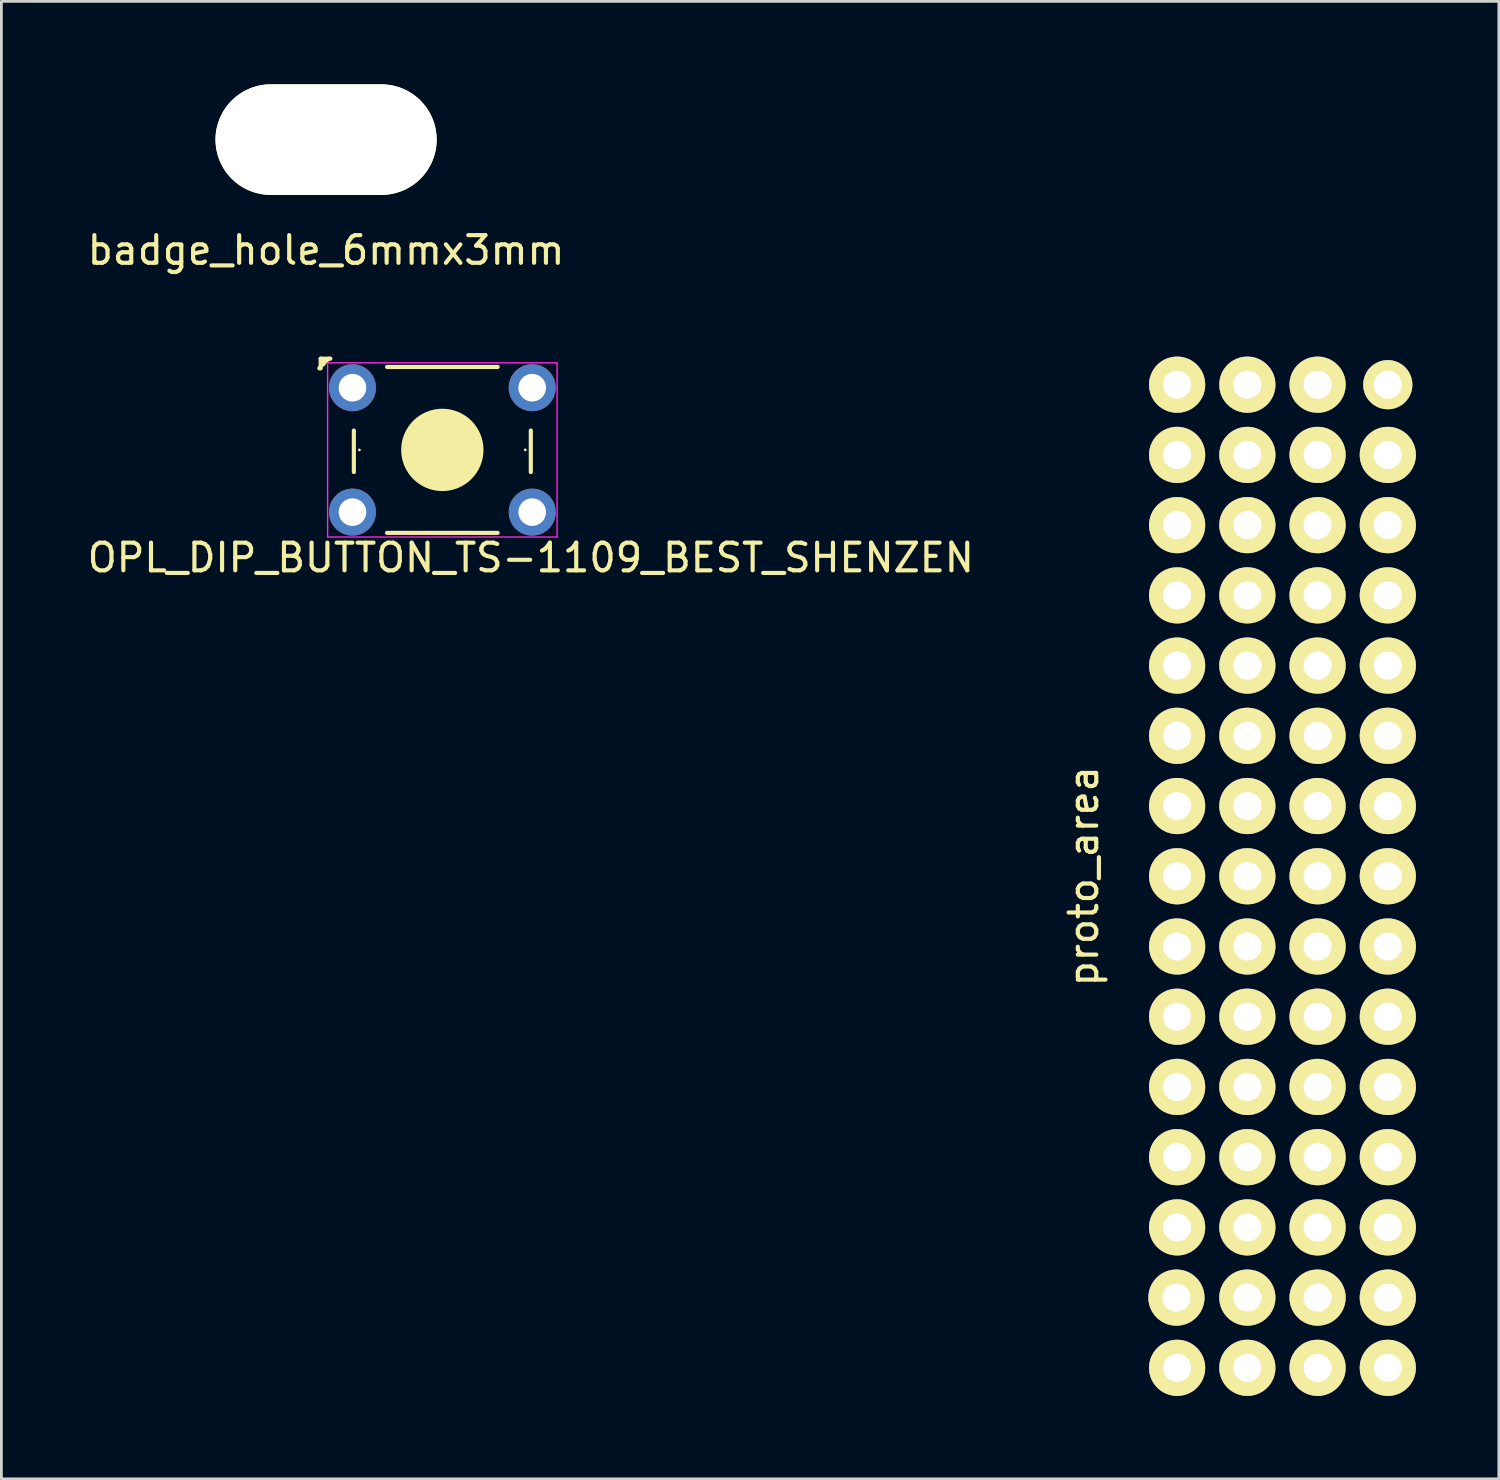
<source format=kicad_pcb>
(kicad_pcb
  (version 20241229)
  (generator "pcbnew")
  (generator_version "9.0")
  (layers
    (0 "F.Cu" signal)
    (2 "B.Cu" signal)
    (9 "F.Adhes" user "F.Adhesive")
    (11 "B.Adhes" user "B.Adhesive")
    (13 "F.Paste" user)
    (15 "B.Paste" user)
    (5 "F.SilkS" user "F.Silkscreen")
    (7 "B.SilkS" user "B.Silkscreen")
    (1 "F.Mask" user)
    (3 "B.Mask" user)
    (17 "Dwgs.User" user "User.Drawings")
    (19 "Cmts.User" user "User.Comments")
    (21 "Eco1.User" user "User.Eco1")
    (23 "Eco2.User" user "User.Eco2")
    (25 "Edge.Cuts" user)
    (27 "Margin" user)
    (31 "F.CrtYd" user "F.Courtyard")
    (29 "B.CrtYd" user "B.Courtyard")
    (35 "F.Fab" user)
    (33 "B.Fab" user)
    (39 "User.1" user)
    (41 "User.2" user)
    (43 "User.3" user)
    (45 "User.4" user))
  (footprint "badge_hole_6mmx3mm"
    (layer "F.Cu")
    (at 8.744 2)
    (property "Reference" "badge_hole_6mmx3mm" (at 0 4 0) (layer "F.SilkS") (effects (font (size 1 1) (thickness 0.15))))
    (attr through_hole)
    (pad "" np_thru_hole oval (at 0 0) (size 8 4) (drill oval 8 4) (layers "*.Cu" "*.Mask" "F.SilkS")))
  (footprint "proto_area"
    (layer "F.Cu")
    (at 47.146 28.644)
    (property "Reference" "proto_area" (at -11 0 270) (layer "F.SilkS") (effects (font (size 1 1) (thickness 0.15))))
    (attr through_hole)
    (pad "1" thru_hole circle (at 0 -17.78) (size 1.778 1.778) (drill 1.016) (layers "*.Cu" "*.Mask" "F.SilkS"))
    (pad "2" thru_hole circle (at 0 -15.24) (size 2.032 2.032) (drill 1.016) (layers "*.Cu" "*.Mask" "F.SilkS"))
    (pad "3" thru_hole circle (at 0 -12.7) (size 2.032 2.032) (drill 1.016) (layers "*.Cu" "*.Mask" "F.SilkS"))
    (pad "4" thru_hole circle (at 0 -10.16) (size 2.032 2.032) (drill 1.016) (layers "*.Cu" "*.Mask" "F.SilkS"))
    (pad "5" thru_hole circle (at 0 -7.62) (size 2.032 2.032) (drill 1.016) (layers "*.Cu" "*.Mask" "F.SilkS"))
    (pad "6" thru_hole circle (at 0 -5.08) (size 2.032 2.032) (drill 1.016) (layers "*.Cu" "*.Mask" "F.SilkS"))
    (pad "7" thru_hole circle (at 0 -2.54) (size 2.032 2.032) (drill 1.016) (layers "*.Cu" "*.Mask" "F.SilkS"))
    (pad "8" thru_hole circle (at 0 0) (size 2.032 2.032) (drill 1.016) (layers "*.Cu" "*.Mask" "F.SilkS"))
    (pad "9" thru_hole circle (at 0 2.54) (size 2.032 2.032) (drill 1.016) (layers "*.Cu" "*.Mask" "F.SilkS"))
    (pad "10" thru_hole circle (at 0 5.08) (size 2.032 2.032) (drill 1.016) (layers "*.Cu" "*.Mask" "F.SilkS"))
    (pad "11" thru_hole circle (at 0 7.62) (size 2.032 2.032) (drill 1.016) (layers "*.Cu" "*.Mask" "F.SilkS"))
    (pad "12" thru_hole circle (at 0 10.16) (size 2.032 2.032) (drill 1.016) (layers "*.Cu" "*.Mask" "F.SilkS"))
    (pad "13" thru_hole circle (at 0 12.7) (size 2.032 2.032) (drill 1.016) (layers "*.Cu" "*.Mask" "F.SilkS"))
    (pad "14" thru_hole circle (at 0 15.24) (size 2.032 2.032) (drill 1.016) (layers "*.Cu" "*.Mask" "F.SilkS"))
    (pad "15" thru_hole circle (at 0 17.78) (size 2.032 2.032) (drill 1.016) (layers "*.Cu" "*.Mask" "F.SilkS"))
    (pad "16" thru_hole circle (at -2.54 -17.78) (size 2.032 2.032) (drill 1.016) (layers "*.Cu" "*.Mask" "F.SilkS"))
    (pad "17" thru_hole circle (at -2.54 -15.24) (size 2.032 2.032) (drill 1.016) (layers "*.Cu" "*.Mask" "F.SilkS"))
    (pad "18" thru_hole circle (at -2.54 -12.7) (size 2.032 2.032) (drill 1.016) (layers "*.Cu" "*.Mask" "F.SilkS"))
    (pad "19" thru_hole circle (at -2.54 -10.16) (size 2.032 2.032) (drill 1.016) (layers "*.Cu" "*.Mask" "F.SilkS"))
    (pad "20" thru_hole circle (at -2.54 -7.62) (size 2.032 2.032) (drill 1.016) (layers "*.Cu" "*.Mask" "F.SilkS"))
    (pad "21" thru_hole circle (at -2.54 -5.08) (size 2.032 2.032) (drill 1.016) (layers "*.Cu" "*.Mask" "F.SilkS"))
    (pad "22" thru_hole circle (at -2.54 -2.54) (size 2.032 2.032) (drill 1.016) (layers "*.Cu" "*.Mask" "F.SilkS"))
    (pad "23" thru_hole circle (at -2.54 0) (size 2.032 2.032) (drill 1.016) (layers "*.Cu" "*.Mask" "F.SilkS"))
    (pad "24" thru_hole circle (at -2.54 2.54) (size 2.032 2.032) (drill 1.016) (layers "*.Cu" "*.Mask" "F.SilkS"))
    (pad "25" thru_hole circle (at -2.54 5.08) (size 2.032 2.032) (drill 1.016) (layers "*.Cu" "*.Mask" "F.SilkS"))
    (pad "26" thru_hole circle (at -2.54 7.62) (size 2.032 2.032) (drill 1.016) (layers "*.Cu" "*.Mask" "F.SilkS"))
    (pad "27" thru_hole circle (at -2.54 10.16) (size 2.032 2.032) (drill 1.016) (layers "*.Cu" "*.Mask" "F.SilkS"))
    (pad "28" thru_hole circle (at -2.54 12.7) (size 2.032 2.032) (drill 1.016) (layers "*.Cu" "*.Mask" "F.SilkS"))
    (pad "29" thru_hole circle (at -2.54 15.24) (size 2.032 2.032) (drill 1.016) (layers "*.Cu" "*.Mask" "F.SilkS"))
    (pad "30" thru_hole circle (at -2.54 17.78) (size 2.032 2.032) (drill 1.016) (layers "*.Cu" "*.Mask" "F.SilkS"))
    (pad "31" thru_hole circle (at -5.08 -17.78) (size 2.032 2.032) (drill 1.016) (layers "*.Cu" "*.Mask" "F.SilkS"))
    (pad "32" thru_hole circle (at -5.08 -15.24) (size 2.032 2.032) (drill 1.016) (layers "*.Cu" "*.Mask" "F.SilkS"))
    (pad "33" thru_hole circle (at -5.08 -12.7) (size 2.032 2.032) (drill 1.016) (layers "*.Cu" "*.Mask" "F.SilkS"))
    (pad "34" thru_hole circle (at -5.08 -10.16) (size 2.032 2.032) (drill 1.016) (layers "*.Cu" "*.Mask" "F.SilkS"))
    (pad "35" thru_hole circle (at -5.08 -7.62) (size 2.032 2.032) (drill 1.016) (layers "*.Cu" "*.Mask" "F.SilkS"))
    (pad "36" thru_hole circle (at -5.08 -5.08) (size 2.032 2.032) (drill 1.016) (layers "*.Cu" "*.Mask" "F.SilkS"))
    (pad "37" thru_hole circle (at -5.08 -2.54) (size 2.032 2.032) (drill 1.016) (layers "*.Cu" "*.Mask" "F.SilkS"))
    (pad "38" thru_hole circle (at -5.08 0) (size 2.032 2.032) (drill 1.016) (layers "*.Cu" "*.Mask" "F.SilkS"))
    (pad "39" thru_hole circle (at -5.08 2.54) (size 2.032 2.032) (drill 1.016) (layers "*.Cu" "*.Mask" "F.SilkS"))
    (pad "40" thru_hole circle (at -5.08 5.08) (size 2.032 2.032) (drill 1.016) (layers "*.Cu" "*.Mask" "F.SilkS"))
    (pad "41" thru_hole circle (at -5.08 7.62) (size 2.032 2.032) (drill 1.016) (layers "*.Cu" "*.Mask" "F.SilkS"))
    (pad "42" thru_hole circle (at -5.08 10.16) (size 2.032 2.032) (drill 1.016) (layers "*.Cu" "*.Mask" "F.SilkS"))
    (pad "43" thru_hole circle (at -5.08 12.7) (size 2.032 2.032) (drill 1.016) (layers "*.Cu" "*.Mask" "F.SilkS"))
    (pad "44" thru_hole circle (at -5.08 15.24) (size 2.032 2.032) (drill 1.016) (layers "*.Cu" "*.Mask" "F.SilkS"))
    (pad "45" thru_hole circle (at -5.08 17.78) (size 2.032 2.032) (drill 1.016) (layers "*.Cu" "*.Mask" "F.SilkS"))
    (pad "46" thru_hole circle (at -7.62 -17.78) (size 2.032 2.032) (drill 1.016) (layers "*.Cu" "*.Mask" "F.SilkS"))
    (pad "47" thru_hole circle (at -7.62 -15.24) (size 2.032 2.032) (drill 1.016) (layers "*.Cu" "*.Mask" "F.SilkS"))
    (pad "48" thru_hole circle (at -7.62 -12.7) (size 2.032 2.032) (drill 1.016) (layers "*.Cu" "*.Mask" "F.SilkS"))
    (pad "49" thru_hole circle (at -7.62 -10.16) (size 2.032 2.032) (drill 1.016) (layers "*.Cu" "*.Mask" "F.SilkS"))
    (pad "50" thru_hole circle (at -7.62 -7.62) (size 2.032 2.032) (drill 1.016) (layers "*.Cu" "*.Mask" "F.SilkS"))
    (pad "51" thru_hole circle (at -7.62 -5.08) (size 2.032 2.032) (drill 1.016) (layers "*.Cu" "*.Mask" "F.SilkS"))
    (pad "52" thru_hole circle (at -7.62 -2.54) (size 2.032 2.032) (drill 1.016) (layers "*.Cu" "*.Mask" "F.SilkS"))
    (pad "53" thru_hole circle (at -7.62 0) (size 2.032 2.032) (drill 1.016) (layers "*.Cu" "*.Mask" "F.SilkS"))
    (pad "54" thru_hole circle (at -7.62 2.54) (size 2.032 2.032) (drill 1.016) (layers "*.Cu" "*.Mask" "F.SilkS"))
    (pad "55" thru_hole circle (at -7.62 5.08) (size 2.032 2.032) (drill 1.016) (layers "*.Cu" "*.Mask" "F.SilkS"))
    (pad "56" thru_hole circle (at -7.62 7.62) (size 2.032 2.032) (drill 1.016) (layers "*.Cu" "*.Mask" "F.SilkS"))
    (pad "57" thru_hole circle (at -7.62 10.16) (size 2.032 2.032) (drill 1.016) (layers "*.Cu" "*.Mask" "F.SilkS"))
    (pad "58" thru_hole circle (at -7.62 12.7) (size 2.032 2.032) (drill 1.016) (layers "*.Cu" "*.Mask" "F.SilkS"))
    (pad "59" thru_hole circle (at -7.645 15.24) (size 2.032 2.032) (drill 1.016) (layers "*.Cu" "*.Mask" "F.SilkS"))
    (pad "60" thru_hole circle (at -7.62 17.78) (size 2.032 2.032) (drill 1.016) (layers "*.Cu" "*.Mask" "F.SilkS")))
  (footprint "OPL_DIP_BUTTON_TS-1109_BEST_SHENZEN"
    (layer "F.Cu")
    (at 9.949 11.223)
    (property "Reference" "OPL_DIP_BUTTON_TS-1109_BEST_SHENZEN" (at 6.2 5.9 0) (layer "F.SilkS") (effects (font (size 1 1) (thickness 0.15))))
    (attr through_hole)
    (fp_line (start -1.4 -1.3) (end -1.4 -0.95) (stroke (width 0.15) (type solid)) (layer "F.SilkS"))
    (fp_line (start -1.4 -1.3) (end -1.05 -1.3) (stroke (width 0.15) (type solid)) (layer "F.SilkS"))
    (fp_line (start -1.3 -1.2) (end -1.3 -1.1) (stroke (width 0.15) (type solid)) (layer "F.SilkS"))
    (fp_line (start -0.2 2.8) (end -0.2 1.3) (stroke (width 0.15) (type solid)) (layer "F.SilkS"))
    (fp_line (start 0 2) (end 0 2) (stroke (width 0.1) (type solid)) (layer "F.SilkS"))
    (fp_line (start 1 -1) (end 5 -1) (stroke (width 0.15) (type solid)) (layer "F.SilkS"))
    (fp_line (start 1 5) (end 5 5) (stroke (width 0.15) (type solid)) (layer "F.SilkS"))
    (fp_line (start 5 -1) (end 1 -1) (stroke (width 0.1) (type solid)) (layer "F.SilkS"))
    (fp_line (start 5 5) (end 1 5) (stroke (width 0.1) (type solid)) (layer "F.SilkS"))
    (fp_line (start 6 2) (end 6 2) (stroke (width 0.1) (type solid)) (layer "F.SilkS"))
    (fp_line (start 6.2 1.3) (end 6.2 2.8) (stroke (width 0.15) (type solid)) (layer "F.SilkS"))
    (fp_arc (start -1.45 -0.95) (mid -1.292328 -1.142328) (end -1.1 -1.3) (stroke (width 0.15) (type solid)) (layer "F.SilkS"))
    (fp_circle (center 3 2) (end 4 3) (stroke (width 0) (type solid)) (fill yes) (layer "F.SilkS"))
    (fp_circle (center 3 2) (end 4 3) (stroke (width 0.15) (type solid)) (fill no) (layer "F.SilkS"))
    (fp_line (start -1.15 -1.15) (end 0.45 -1.15) (stroke (width 0.05) (type solid)) (layer "F.CrtYd"))
    (fp_line (start -1.15 0) (end -1.15 -1.15) (stroke (width 0.05) (type solid)) (layer "F.CrtYd"))
    (fp_line (start -1.15 0) (end -1.15 5.15) (stroke (width 0.05) (type solid)) (layer "F.CrtYd"))
    (fp_line (start -1.15 5.15) (end 7.15 5.15) (stroke (width 0.05) (type solid)) (layer "F.CrtYd"))
    (fp_line (start 7.15 -1.15) (end 0.45 -1.15) (stroke (width 0.05) (type solid)) (layer "F.CrtYd"))
    (fp_line (start 7.15 5.15) (end 7.15 -1.15) (stroke (width 0.05) (type solid)) (layer "F.CrtYd"))
    (pad "1" thru_hole circle (at -0.25 -0.25) (size 1.7 1.7) (drill 1) (layers "*.Cu" "*.Mask"))
    (pad "2" thru_hole circle (at 6.25 -0.25) (size 1.7 1.7) (drill 1) (layers "*.Cu" "*.Mask"))
    (pad "3" thru_hole circle (at -0.25 4.25) (size 1.7 1.7) (drill 1) (layers "*.Cu" "*.Mask"))
    (pad "4" thru_hole circle (at 6.25 4.25) (size 1.7 1.7) (drill 1) (layers "*.Cu" "*.Mask")))
  (gr_rect
    (start -3 -3)
    (end 51.162 50.44)
    (stroke (width 0.1) (type default))
    (fill no)
    (layer "Edge.Cuts")))
</source>
